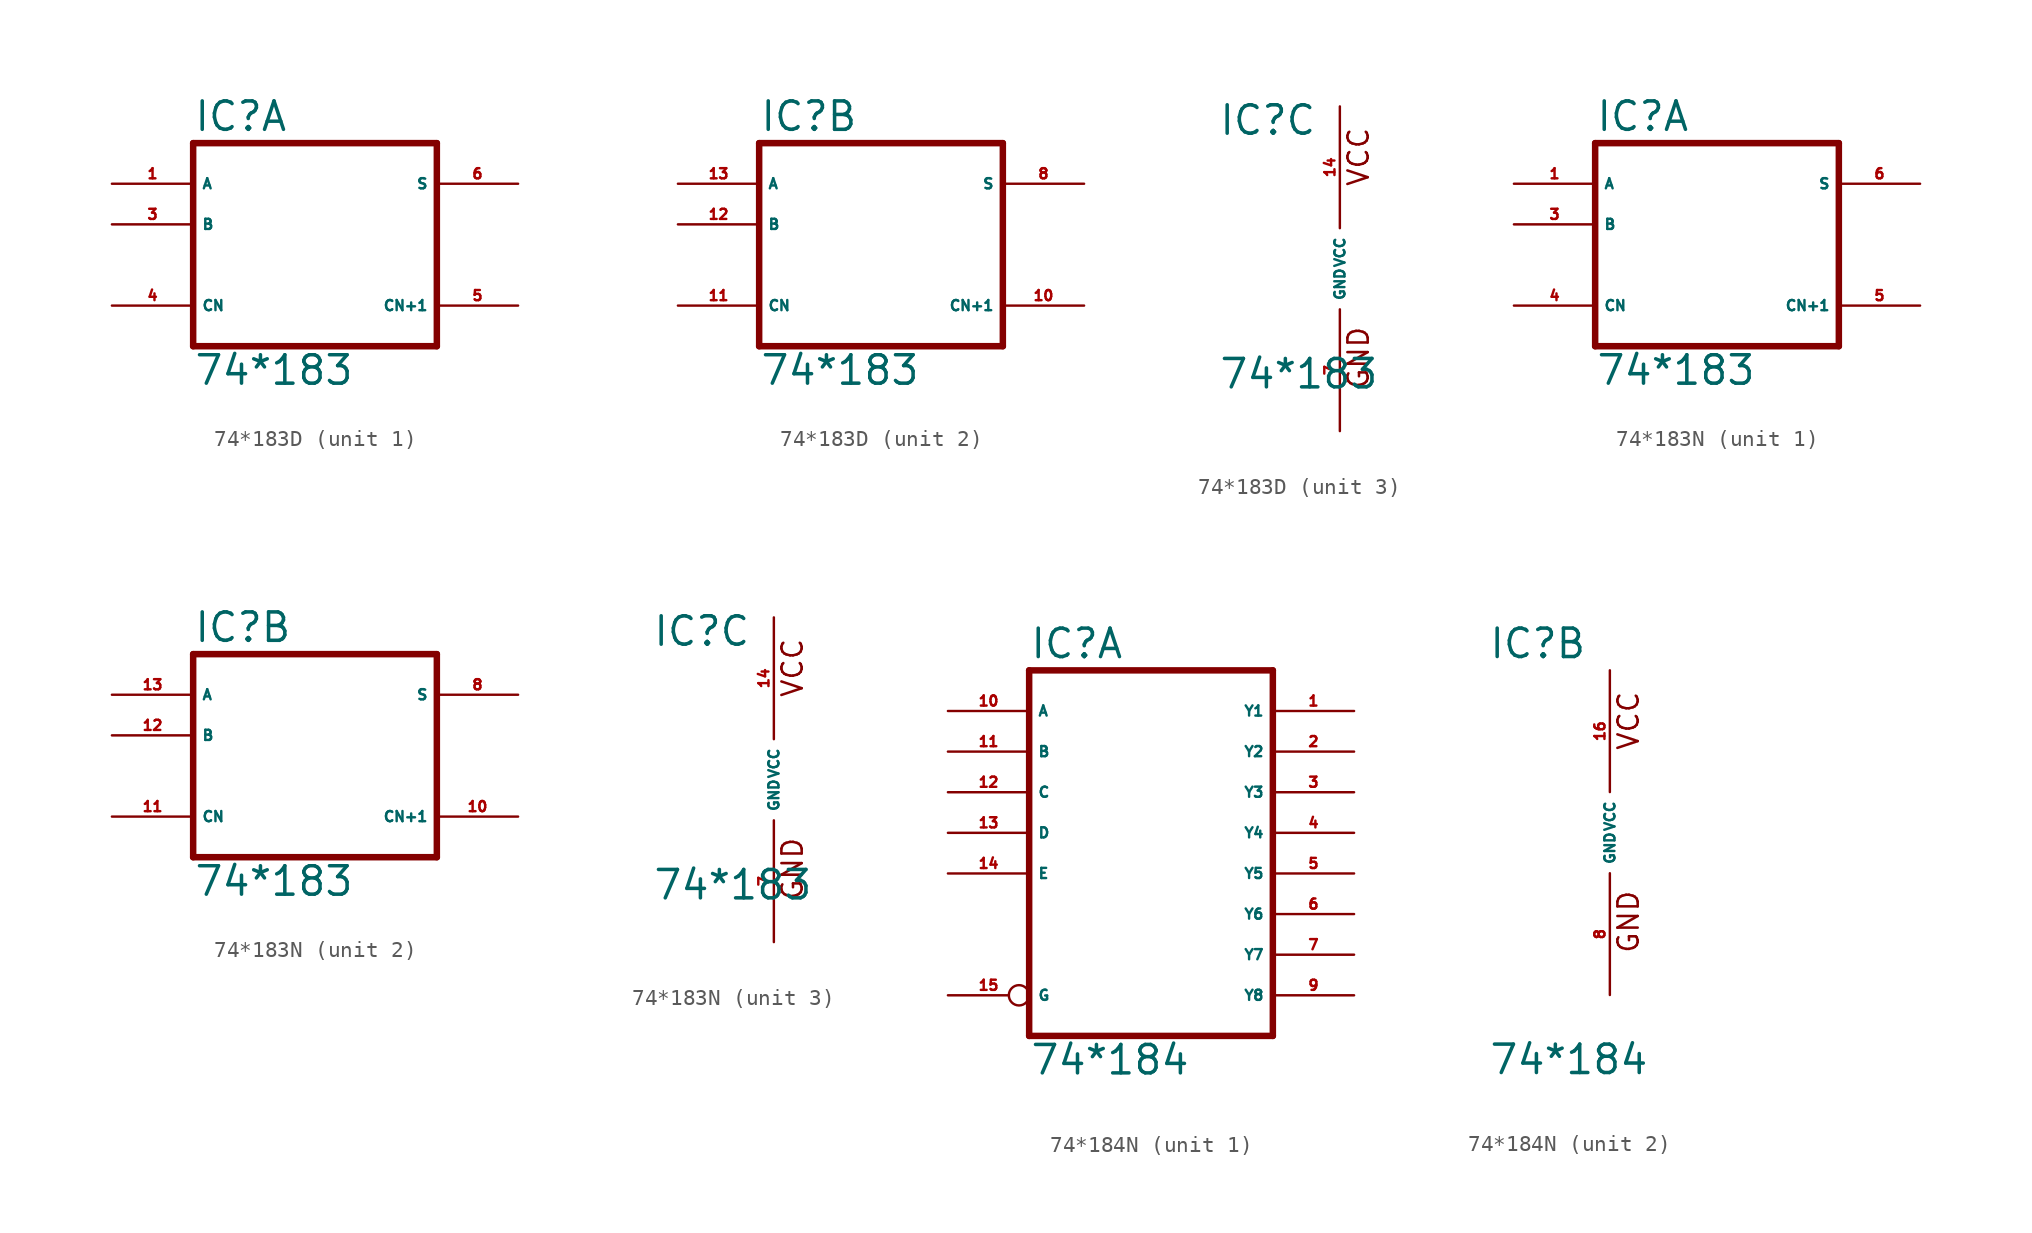
<source format=kicad_sym>
(kicad_symbol_lib
  (version 20220914)
  (generator Eagle2Kicad)
  (symbol "74*183D"
    (property "Reference" "IC"
      (at -7.62 8.255 0)
      (effects (font (size 1.778 1.778) (thickness 0.22)) (justify left bottom)))
    (property "Value" "74*183"
      (at -7.62 -7.62 0)
      (effects (font (size 1.778 1.778) (thickness 0.22)) (justify left bottom)))
    (symbol "74*183D_1_0"
      (polyline (pts (xy -7.62 -5.08) (xy 7.62 -5.08)) (stroke (width 0.406) (type default)) (fill (type none)))
      (polyline (pts (xy 7.62 -5.08) (xy 7.62 7.62)) (stroke (width 0.406) (type default)) (fill (type none)))
      (polyline (pts (xy 7.62 7.62) (xy -7.62 7.62)) (stroke (width 0.406) (type default)) (fill (type none)))
      (polyline (pts (xy -7.62 7.62) (xy -7.62 -5.08)) (stroke (width 0.406) (type default)) (fill (type none)))
      (pin input line (at -12.7 5.08 0) (length 5.08) (name "A" (effects (font (size 0.635 0.635) (thickness 0.08)) (justify left bottom))) (number "1" (effects (font (size 0.635 0.635) (thickness 0.08)) (justify left bottom))))
      (pin input line (at -12.7 2.54 0) (length 5.08) (name "B" (effects (font (size 0.635 0.635) (thickness 0.08)) (justify left bottom))) (number "3" (effects (font (size 0.635 0.635) (thickness 0.08)) (justify left bottom))))
      (pin input line (at -12.7 -2.54 0) (length 5.08) (name "CN" (effects (font (size 0.635 0.635) (thickness 0.08)) (justify left bottom))) (number "4" (effects (font (size 0.635 0.635) (thickness 0.08)) (justify left bottom))))
      (pin output line (at 12.7 -2.54 180) (length 5.08) (name "CN+1" (effects (font (size 0.635 0.635) (thickness 0.08)) (justify left bottom))) (number "5" (effects (font (size 0.635 0.635) (thickness 0.08)) (justify left bottom))))
      (pin output line (at 12.7 5.08 180) (length 5.08) (name "S" (effects (font (size 0.635 0.635) (thickness 0.08)) (justify left bottom))) (number "6" (effects (font (size 0.635 0.635) (thickness 0.08)) (justify left bottom)))))
    (symbol "74*183D_2_0"
      (polyline (pts (xy -7.62 -5.08) (xy 7.62 -5.08)) (stroke (width 0.406) (type default)) (fill (type none)))
      (polyline (pts (xy 7.62 -5.08) (xy 7.62 7.62)) (stroke (width 0.406) (type default)) (fill (type none)))
      (polyline (pts (xy 7.62 7.62) (xy -7.62 7.62)) (stroke (width 0.406) (type default)) (fill (type none)))
      (polyline (pts (xy -7.62 7.62) (xy -7.62 -5.08)) (stroke (width 0.406) (type default)) (fill (type none)))
      (pin input line (at -12.7 5.08 0) (length 5.08) (name "A" (effects (font (size 0.635 0.635) (thickness 0.08)) (justify left bottom))) (number "13" (effects (font (size 0.635 0.635) (thickness 0.08)) (justify left bottom))))
      (pin input line (at -12.7 2.54 0) (length 5.08) (name "B" (effects (font (size 0.635 0.635) (thickness 0.08)) (justify left bottom))) (number "12" (effects (font (size 0.635 0.635) (thickness 0.08)) (justify left bottom))))
      (pin input line (at -12.7 -2.54 0) (length 5.08) (name "CN" (effects (font (size 0.635 0.635) (thickness 0.08)) (justify left bottom))) (number "11" (effects (font (size 0.635 0.635) (thickness 0.08)) (justify left bottom))))
      (pin output line (at 12.7 -2.54 180) (length 5.08) (name "CN+1" (effects (font (size 0.635 0.635) (thickness 0.08)) (justify left bottom))) (number "10" (effects (font (size 0.635 0.635) (thickness 0.08)) (justify left bottom))))
      (pin output line (at 12.7 5.08 180) (length 5.08) (name "S" (effects (font (size 0.635 0.635) (thickness 0.08)) (justify left bottom))) (number "8" (effects (font (size 0.635 0.635) (thickness 0.08)) (justify left bottom)))))
    (symbol "74*183D_3_0"
      (text "GND" (at 1.905 -7.62 900) (effects (font (size 1.27 1.27) (thickness 0.16)) (justify left bottom)))
      (text "VCC" (at 1.905 5.08 900) (effects (font (size 1.27 1.27) (thickness 0.16)) (justify left bottom)))
      (pin unspecified line (at 0 -10.16 90) (length 7.62) (name "GND" (effects (font (size 0.635 0.635) (thickness 0.08)) (justify left bottom))) (number "7" (effects (font (size 0.635 0.635) (thickness 0.08)) (justify left bottom))))
      (pin unspecified line (at 0 10.16 270) (length 7.62) (name "VCC" (effects (font (size 0.635 0.635) (thickness 0.08)) (justify left bottom))) (number "14" (effects (font (size 0.635 0.635) (thickness 0.08)) (justify left bottom))))))
  (symbol "74*183N"
    (property "Reference" "IC"
      (at -7.62 8.255 0)
      (effects (font (size 1.778 1.778) (thickness 0.22)) (justify left bottom)))
    (property "Value" "74*183"
      (at -7.62 -7.62 0)
      (effects (font (size 1.778 1.778) (thickness 0.22)) (justify left bottom)))
    (symbol "74*183N_1_0"
      (polyline (pts (xy -7.62 -5.08) (xy 7.62 -5.08)) (stroke (width 0.406) (type default)) (fill (type none)))
      (polyline (pts (xy 7.62 -5.08) (xy 7.62 7.62)) (stroke (width 0.406) (type default)) (fill (type none)))
      (polyline (pts (xy 7.62 7.62) (xy -7.62 7.62)) (stroke (width 0.406) (type default)) (fill (type none)))
      (polyline (pts (xy -7.62 7.62) (xy -7.62 -5.08)) (stroke (width 0.406) (type default)) (fill (type none)))
      (pin input line (at -12.7 5.08 0) (length 5.08) (name "A" (effects (font (size 0.635 0.635) (thickness 0.08)) (justify left bottom))) (number "1" (effects (font (size 0.635 0.635) (thickness 0.08)) (justify left bottom))))
      (pin input line (at -12.7 2.54 0) (length 5.08) (name "B" (effects (font (size 0.635 0.635) (thickness 0.08)) (justify left bottom))) (number "3" (effects (font (size 0.635 0.635) (thickness 0.08)) (justify left bottom))))
      (pin input line (at -12.7 -2.54 0) (length 5.08) (name "CN" (effects (font (size 0.635 0.635) (thickness 0.08)) (justify left bottom))) (number "4" (effects (font (size 0.635 0.635) (thickness 0.08)) (justify left bottom))))
      (pin output line (at 12.7 -2.54 180) (length 5.08) (name "CN+1" (effects (font (size 0.635 0.635) (thickness 0.08)) (justify left bottom))) (number "5" (effects (font (size 0.635 0.635) (thickness 0.08)) (justify left bottom))))
      (pin output line (at 12.7 5.08 180) (length 5.08) (name "S" (effects (font (size 0.635 0.635) (thickness 0.08)) (justify left bottom))) (number "6" (effects (font (size 0.635 0.635) (thickness 0.08)) (justify left bottom)))))
    (symbol "74*183N_2_0"
      (polyline (pts (xy -7.62 -5.08) (xy 7.62 -5.08)) (stroke (width 0.406) (type default)) (fill (type none)))
      (polyline (pts (xy 7.62 -5.08) (xy 7.62 7.62)) (stroke (width 0.406) (type default)) (fill (type none)))
      (polyline (pts (xy 7.62 7.62) (xy -7.62 7.62)) (stroke (width 0.406) (type default)) (fill (type none)))
      (polyline (pts (xy -7.62 7.62) (xy -7.62 -5.08)) (stroke (width 0.406) (type default)) (fill (type none)))
      (pin input line (at -12.7 5.08 0) (length 5.08) (name "A" (effects (font (size 0.635 0.635) (thickness 0.08)) (justify left bottom))) (number "13" (effects (font (size 0.635 0.635) (thickness 0.08)) (justify left bottom))))
      (pin input line (at -12.7 2.54 0) (length 5.08) (name "B" (effects (font (size 0.635 0.635) (thickness 0.08)) (justify left bottom))) (number "12" (effects (font (size 0.635 0.635) (thickness 0.08)) (justify left bottom))))
      (pin input line (at -12.7 -2.54 0) (length 5.08) (name "CN" (effects (font (size 0.635 0.635) (thickness 0.08)) (justify left bottom))) (number "11" (effects (font (size 0.635 0.635) (thickness 0.08)) (justify left bottom))))
      (pin output line (at 12.7 -2.54 180) (length 5.08) (name "CN+1" (effects (font (size 0.635 0.635) (thickness 0.08)) (justify left bottom))) (number "10" (effects (font (size 0.635 0.635) (thickness 0.08)) (justify left bottom))))
      (pin output line (at 12.7 5.08 180) (length 5.08) (name "S" (effects (font (size 0.635 0.635) (thickness 0.08)) (justify left bottom))) (number "8" (effects (font (size 0.635 0.635) (thickness 0.08)) (justify left bottom)))))
    (symbol "74*183N_3_0"
      (text "GND" (at 1.905 -7.62 900) (effects (font (size 1.27 1.27) (thickness 0.16)) (justify left bottom)))
      (text "VCC" (at 1.905 5.08 900) (effects (font (size 1.27 1.27) (thickness 0.16)) (justify left bottom)))
      (pin unspecified line (at 0 -10.16 90) (length 7.62) (name "GND" (effects (font (size 0.635 0.635) (thickness 0.08)) (justify left bottom))) (number "7" (effects (font (size 0.635 0.635) (thickness 0.08)) (justify left bottom))))
      (pin unspecified line (at 0 10.16 270) (length 7.62) (name "VCC" (effects (font (size 0.635 0.635) (thickness 0.08)) (justify left bottom))) (number "14" (effects (font (size 0.635 0.635) (thickness 0.08)) (justify left bottom))))))
  (symbol "74*184N"
    (property "Reference" "IC"
      (at -7.62 10.795 0)
      (effects (font (size 1.778 1.778) (thickness 0.22)) (justify left bottom)))
    (property "Value" "74*184"
      (at -7.62 -15.24 0)
      (effects (font (size 1.778 1.778) (thickness 0.22)) (justify left bottom)))
    (symbol "74*184N_1_0"
      (polyline (pts (xy -7.62 -12.7) (xy 7.62 -12.7)) (stroke (width 0.406) (type default)) (fill (type none)))
      (polyline (pts (xy 7.62 -12.7) (xy 7.62 10.16)) (stroke (width 0.406) (type default)) (fill (type none)))
      (polyline (pts (xy 7.62 10.16) (xy -7.62 10.16)) (stroke (width 0.406) (type default)) (fill (type none)))
      (polyline (pts (xy -7.62 10.16) (xy -7.62 -12.7)) (stroke (width 0.406) (type default)) (fill (type none)))
      (pin output line (at 12.7 7.62 180) (length 5.08) (name "Y1" (effects (font (size 0.635 0.635) (thickness 0.08)) (justify left bottom))) (number "1" (effects (font (size 0.635 0.635) (thickness 0.08)) (justify left bottom))))
      (pin output line (at 12.7 5.08 180) (length 5.08) (name "Y2" (effects (font (size 0.635 0.635) (thickness 0.08)) (justify left bottom))) (number "2" (effects (font (size 0.635 0.635) (thickness 0.08)) (justify left bottom))))
      (pin output line (at 12.7 2.54 180) (length 5.08) (name "Y3" (effects (font (size 0.635 0.635) (thickness 0.08)) (justify left bottom))) (number "3" (effects (font (size 0.635 0.635) (thickness 0.08)) (justify left bottom))))
      (pin output line (at 12.7 0 180) (length 5.08) (name "Y4" (effects (font (size 0.635 0.635) (thickness 0.08)) (justify left bottom))) (number "4" (effects (font (size 0.635 0.635) (thickness 0.08)) (justify left bottom))))
      (pin output line (at 12.7 -2.54 180) (length 5.08) (name "Y5" (effects (font (size 0.635 0.635) (thickness 0.08)) (justify left bottom))) (number "5" (effects (font (size 0.635 0.635) (thickness 0.08)) (justify left bottom))))
      (pin output line (at 12.7 -5.08 180) (length 5.08) (name "Y6" (effects (font (size 0.635 0.635) (thickness 0.08)) (justify left bottom))) (number "6" (effects (font (size 0.635 0.635) (thickness 0.08)) (justify left bottom))))
      (pin output line (at 12.7 -7.62 180) (length 5.08) (name "Y7" (effects (font (size 0.635 0.635) (thickness 0.08)) (justify left bottom))) (number "7" (effects (font (size 0.635 0.635) (thickness 0.08)) (justify left bottom))))
      (pin output line (at 12.7 -10.16 180) (length 5.08) (name "Y8" (effects (font (size 0.635 0.635) (thickness 0.08)) (justify left bottom))) (number "9" (effects (font (size 0.635 0.635) (thickness 0.08)) (justify left bottom))))
      (pin input line (at -12.7 7.62 0) (length 5.08) (name "A" (effects (font (size 0.635 0.635) (thickness 0.08)) (justify left bottom))) (number "10" (effects (font (size 0.635 0.635) (thickness 0.08)) (justify left bottom))))
      (pin input line (at -12.7 5.08 0) (length 5.08) (name "B" (effects (font (size 0.635 0.635) (thickness 0.08)) (justify left bottom))) (number "11" (effects (font (size 0.635 0.635) (thickness 0.08)) (justify left bottom))))
      (pin input line (at -12.7 2.54 0) (length 5.08) (name "C" (effects (font (size 0.635 0.635) (thickness 0.08)) (justify left bottom))) (number "12" (effects (font (size 0.635 0.635) (thickness 0.08)) (justify left bottom))))
      (pin input line (at -12.7 0 0) (length 5.08) (name "D" (effects (font (size 0.635 0.635) (thickness 0.08)) (justify left bottom))) (number "13" (effects (font (size 0.635 0.635) (thickness 0.08)) (justify left bottom))))
      (pin input line (at -12.7 -2.54 0) (length 5.08) (name "E" (effects (font (size 0.635 0.635) (thickness 0.08)) (justify left bottom))) (number "14" (effects (font (size 0.635 0.635) (thickness 0.08)) (justify left bottom))))
      (pin input inverted (at -12.7 -10.16 0) (length 5.08) (name "G" (effects (font (size 0.635 0.635) (thickness 0.08)) (justify left bottom))) (number "15" (effects (font (size 0.635 0.635) (thickness 0.08)) (justify left bottom)))))
    (symbol "74*184N_2_0"
      (text "GND" (at 1.905 -7.62 900) (effects (font (size 1.27 1.27) (thickness 0.16)) (justify left bottom)))
      (text "VCC" (at 1.905 5.08 900) (effects (font (size 1.27 1.27) (thickness 0.16)) (justify left bottom)))
      (pin unspecified line (at 0 -10.16 90) (length 7.62) (name "GND" (effects (font (size 0.635 0.635) (thickness 0.08)) (justify left bottom))) (number "8" (effects (font (size 0.635 0.635) (thickness 0.08)) (justify left bottom))))
      (pin unspecified line (at 0 10.16 270) (length 7.62) (name "VCC" (effects (font (size 0.635 0.635) (thickness 0.08)) (justify left bottom))) (number "16" (effects (font (size 0.635 0.635) (thickness 0.08)) (justify left bottom)))))))
</source>
